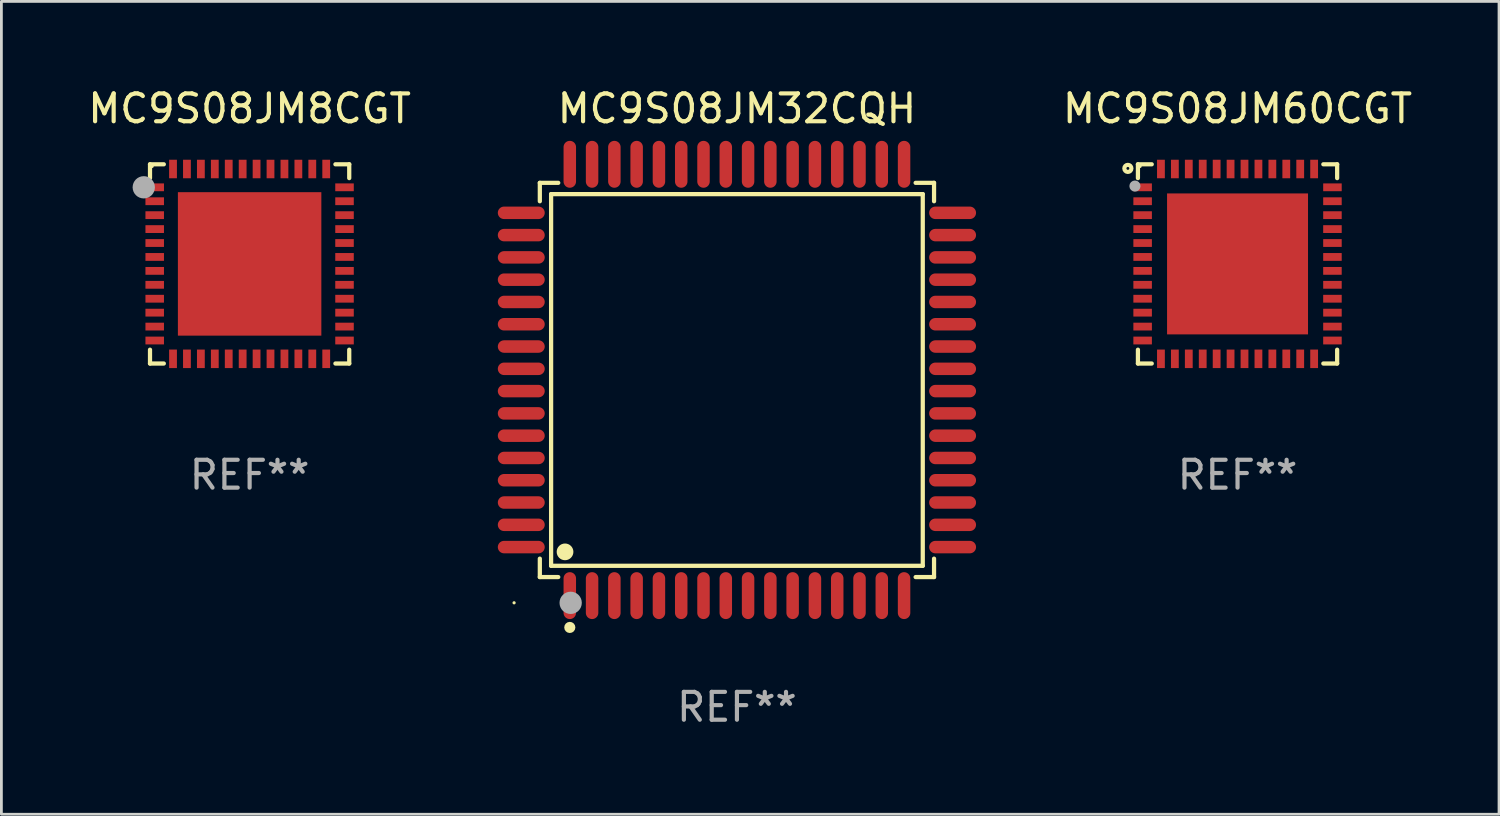
<source format=kicad_pcb>
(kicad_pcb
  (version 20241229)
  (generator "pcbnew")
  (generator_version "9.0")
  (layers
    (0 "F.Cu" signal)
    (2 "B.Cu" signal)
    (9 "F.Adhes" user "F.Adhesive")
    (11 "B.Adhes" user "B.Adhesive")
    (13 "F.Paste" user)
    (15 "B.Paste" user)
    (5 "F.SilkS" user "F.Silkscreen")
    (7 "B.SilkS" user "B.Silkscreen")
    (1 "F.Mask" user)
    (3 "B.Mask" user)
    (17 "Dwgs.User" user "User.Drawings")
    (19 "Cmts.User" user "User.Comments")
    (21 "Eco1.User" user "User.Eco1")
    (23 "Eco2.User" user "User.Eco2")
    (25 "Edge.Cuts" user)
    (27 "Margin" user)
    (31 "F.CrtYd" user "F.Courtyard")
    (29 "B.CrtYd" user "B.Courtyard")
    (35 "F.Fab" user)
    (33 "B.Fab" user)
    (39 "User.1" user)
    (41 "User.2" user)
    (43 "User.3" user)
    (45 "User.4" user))
  (footprint "MC9S08JM60CGT"
    (layer "F.Cu")
    (at 41.376 6.424)
    (property "Reference" "MC9S08JM60CGT" (at 0 -5.576 0) (layer "F.SilkS") (effects (font (size 1 1) (thickness 0.15))))
    (attr through_hole)
    (fp_line (start -3.576 -3.576) (end -3.576 -3.08) (stroke (width 0.152) (type solid)) (layer "F.SilkS"))
    (fp_line (start -3.576 3.576) (end -3.576 3.08) (stroke (width 0.152) (type solid)) (layer "F.SilkS"))
    (fp_line (start -3.08 -3.576) (end -3.576 -3.576) (stroke (width 0.152) (type solid)) (layer "F.SilkS"))
    (fp_line (start -3.08 3.576) (end -3.576 3.576) (stroke (width 0.152) (type solid)) (layer "F.SilkS"))
    (fp_line (start 3.08 -3.576) (end 3.576 -3.576) (stroke (width 0.152) (type solid)) (layer "F.SilkS"))
    (fp_line (start 3.08 3.576) (end 3.576 3.576) (stroke (width 0.152) (type solid)) (layer "F.SilkS"))
    (fp_line (start 3.576 -3.576) (end 3.576 -3.08) (stroke (width 0.152) (type solid)) (layer "F.SilkS"))
    (fp_line (start 3.576 3.576) (end 3.576 3.08) (stroke (width 0.152) (type solid)) (layer "F.SilkS"))
    (fp_circle (center -3.937 -3.429) (end -3.81 -3.429) (stroke (width 0.15) (type solid)) (fill no) (layer "F.SilkS"))
    (fp_circle (center -3.5 -3.5) (end -3.47 -3.5) (stroke (width 0.06) (type solid)) (fill no) (layer "F.SilkS"))
    (fp_circle (center -3.683 -2.794) (end -3.583 -2.794) (stroke (width 0.2) (type solid)) (fill no) (layer "F.Fab"))
    (fp_text user "REF**" (at 0 7.576 0) (layer "F.Fab") (effects (font (size 1 1) (thickness 0.15))))
    (pad "1" smd rect (at -3.407 -2.75) (size 0.665 0.28) (layers "F.Cu" "F.Mask" "F.Paste"))
    (pad "2" smd rect (at -3.407 -2.25) (size 0.665 0.28) (layers "F.Cu" "F.Mask" "F.Paste"))
    (pad "3" smd rect (at -3.407 -1.75) (size 0.665 0.28) (layers "F.Cu" "F.Mask" "F.Paste"))
    (pad "4" smd rect (at -3.407 -1.25) (size 0.665 0.28) (layers "F.Cu" "F.Mask" "F.Paste"))
    (pad "5" smd rect (at -3.407 -0.75) (size 0.665 0.28) (layers "F.Cu" "F.Mask" "F.Paste"))
    (pad "6" smd rect (at -3.407 -0.25) (size 0.665 0.28) (layers "F.Cu" "F.Mask" "F.Paste"))
    (pad "7" smd rect (at -3.407 0.25) (size 0.665 0.28) (layers "F.Cu" "F.Mask" "F.Paste"))
    (pad "8" smd rect (at -3.407 0.75) (size 0.665 0.28) (layers "F.Cu" "F.Mask" "F.Paste"))
    (pad "9" smd rect (at -3.407 1.25) (size 0.665 0.28) (layers "F.Cu" "F.Mask" "F.Paste"))
    (pad "10" smd rect (at -3.407 1.75) (size 0.665 0.28) (layers "F.Cu" "F.Mask" "F.Paste"))
    (pad "11" smd rect (at -3.407 2.25) (size 0.665 0.28) (layers "F.Cu" "F.Mask" "F.Paste"))
    (pad "12" smd rect (at -3.407 2.75) (size 0.665 0.28) (layers "F.Cu" "F.Mask" "F.Paste"))
    (pad "13" smd rect (at -2.75 3.407) (size 0.28 0.665) (layers "F.Cu" "F.Mask" "F.Paste"))
    (pad "14" smd rect (at -2.25 3.407) (size 0.28 0.665) (layers "F.Cu" "F.Mask" "F.Paste"))
    (pad "15" smd rect (at -1.75 3.407) (size 0.28 0.665) (layers "F.Cu" "F.Mask" "F.Paste"))
    (pad "16" smd rect (at -1.25 3.407) (size 0.28 0.665) (layers "F.Cu" "F.Mask" "F.Paste"))
    (pad "17" smd rect (at -0.75 3.407) (size 0.28 0.665) (layers "F.Cu" "F.Mask" "F.Paste"))
    (pad "18" smd rect (at -0.25 3.407) (size 0.28 0.665) (layers "F.Cu" "F.Mask" "F.Paste"))
    (pad "19" smd rect (at 0.25 3.407) (size 0.28 0.665) (layers "F.Cu" "F.Mask" "F.Paste"))
    (pad "20" smd rect (at 0.75 3.407) (size 0.28 0.665) (layers "F.Cu" "F.Mask" "F.Paste"))
    (pad "21" smd rect (at 1.25 3.407) (size 0.28 0.665) (layers "F.Cu" "F.Mask" "F.Paste"))
    (pad "22" smd rect (at 1.75 3.407) (size 0.28 0.665) (layers "F.Cu" "F.Mask" "F.Paste"))
    (pad "23" smd rect (at 2.25 3.407) (size 0.28 0.665) (layers "F.Cu" "F.Mask" "F.Paste"))
    (pad "24" smd rect (at 2.75 3.407) (size 0.28 0.665) (layers "F.Cu" "F.Mask" "F.Paste"))
    (pad "25" smd rect (at 3.407 2.75) (size 0.665 0.28) (layers "F.Cu" "F.Mask" "F.Paste"))
    (pad "26" smd rect (at 3.407 2.25) (size 0.665 0.28) (layers "F.Cu" "F.Mask" "F.Paste"))
    (pad "27" smd rect (at 3.407 1.75) (size 0.665 0.28) (layers "F.Cu" "F.Mask" "F.Paste"))
    (pad "28" smd rect (at 3.407 1.25) (size 0.665 0.28) (layers "F.Cu" "F.Mask" "F.Paste"))
    (pad "29" smd rect (at 3.407 0.75) (size 0.665 0.28) (layers "F.Cu" "F.Mask" "F.Paste"))
    (pad "30" smd rect (at 3.407 0.25) (size 0.665 0.28) (layers "F.Cu" "F.Mask" "F.Paste"))
    (pad "31" smd rect (at 3.407 -0.25) (size 0.665 0.28) (layers "F.Cu" "F.Mask" "F.Paste"))
    (pad "32" smd rect (at 3.407 -0.75) (size 0.665 0.28) (layers "F.Cu" "F.Mask" "F.Paste"))
    (pad "33" smd rect (at 3.407 -1.25) (size 0.665 0.28) (layers "F.Cu" "F.Mask" "F.Paste"))
    (pad "34" smd rect (at 3.407 -1.75) (size 0.665 0.28) (layers "F.Cu" "F.Mask" "F.Paste"))
    (pad "35" smd rect (at 3.407 -2.25) (size 0.665 0.28) (layers "F.Cu" "F.Mask" "F.Paste"))
    (pad "36" smd rect (at 3.407 -2.75) (size 0.665 0.28) (layers "F.Cu" "F.Mask" "F.Paste"))
    (pad "37" smd rect (at 2.75 -3.407) (size 0.28 0.665) (layers "F.Cu" "F.Mask" "F.Paste"))
    (pad "38" smd rect (at 2.25 -3.407) (size 0.28 0.665) (layers "F.Cu" "F.Mask" "F.Paste"))
    (pad "39" smd rect (at 1.75 -3.407) (size 0.28 0.665) (layers "F.Cu" "F.Mask" "F.Paste"))
    (pad "40" smd rect (at 1.25 -3.407) (size 0.28 0.665) (layers "F.Cu" "F.Mask" "F.Paste"))
    (pad "41" smd rect (at 0.75 -3.407) (size 0.28 0.665) (layers "F.Cu" "F.Mask" "F.Paste"))
    (pad "42" smd rect (at 0.25 -3.407) (size 0.28 0.665) (layers "F.Cu" "F.Mask" "F.Paste"))
    (pad "43" smd rect (at -0.25 -3.407) (size 0.28 0.665) (layers "F.Cu" "F.Mask" "F.Paste"))
    (pad "44" smd rect (at -0.75 -3.407) (size 0.28 0.665) (layers "F.Cu" "F.Mask" "F.Paste"))
    (pad "45" smd rect (at -1.25 -3.407) (size 0.28 0.665) (layers "F.Cu" "F.Mask" "F.Paste"))
    (pad "46" smd rect (at -1.75 -3.407) (size 0.28 0.665) (layers "F.Cu" "F.Mask" "F.Paste"))
    (pad "47" smd rect (at -2.25 -3.407) (size 0.28 0.665) (layers "F.Cu" "F.Mask" "F.Paste"))
    (pad "48" smd rect (at -2.75 -3.407) (size 0.28 0.665) (layers "F.Cu" "F.Mask" "F.Paste"))
    (pad "49" smd rect (at 0 0) (size 5.06 5.06) (layers "F.Cu" "F.Mask" "F.Paste")))
  (footprint "MC9S08JM32CQH"
    (layer "F.Cu")
    (at 23.405 10.59)
    (property "Reference" "MC9S08JM32CQH" (at 0 -9.742 0) (layer "F.SilkS") (effects (font (size 1 1) (thickness 0.15))))
    (attr through_hole)
    (fp_line (start -7.076 -7.076) (end -6.415 -7.076) (stroke (width 0.152) (type solid)) (layer "F.SilkS"))
    (fp_line (start -7.076 -6.415) (end -7.076 -7.076) (stroke (width 0.152) (type solid)) (layer "F.SilkS"))
    (fp_line (start -7.076 6.415) (end -7.076 7.076) (stroke (width 0.152) (type solid)) (layer "F.SilkS"))
    (fp_line (start -7.076 7.076) (end -6.415 7.076) (stroke (width 0.152) (type solid)) (layer "F.SilkS"))
    (fp_line (start -6.671 -6.671) (end 6.671 -6.671) (stroke (width 0.152) (type solid)) (layer "F.SilkS"))
    (fp_line (start -6.671 6.671) (end -6.671 -6.671) (stroke (width 0.152) (type solid)) (layer "F.SilkS"))
    (fp_line (start 6.671 -6.671) (end 6.671 6.671) (stroke (width 0.152) (type solid)) (layer "F.SilkS"))
    (fp_line (start 6.671 6.671) (end -6.671 6.671) (stroke (width 0.152) (type solid)) (layer "F.SilkS"))
    (fp_line (start 7.076 -7.076) (end 6.415 -7.076) (stroke (width 0.152) (type solid)) (layer "F.SilkS"))
    (fp_line (start 7.076 -6.415) (end 7.076 -7.076) (stroke (width 0.152) (type solid)) (layer "F.SilkS"))
    (fp_line (start 7.076 6.415) (end 7.076 7.076) (stroke (width 0.152) (type solid)) (layer "F.SilkS"))
    (fp_line (start 7.076 7.076) (end 6.415 7.076) (stroke (width 0.152) (type solid)) (layer "F.SilkS"))
    (fp_circle (center -8 8) (end -7.97 8) (stroke (width 0.06) (type solid)) (fill no) (layer "F.SilkS"))
    (fp_circle (center -6.171 6.171) (end -6.021 6.171) (stroke (width 0.3) (type solid)) (fill no) (layer "F.SilkS"))
    (fp_circle (center -6 8.884) (end -5.9 8.884) (stroke (width 0.2) (type solid)) (fill no) (layer "F.SilkS"))
    (fp_circle (center -5.969 8.001) (end -5.769 8.001) (stroke (width 0.4) (type solid)) (fill no) (layer "F.Fab"))
    (fp_text user "REF**" (at 0 11.742 0) (layer "F.Fab") (effects (font (size 1 1) (thickness 0.15))))
    (pad "1" smd oval (at -6 7.742) (size 0.448 1.684) (layers "F.Cu" "F.Mask" "F.Paste"))
    (pad "2" smd oval (at -5.2 7.742) (size 0.448 1.684) (layers "F.Cu" "F.Mask" "F.Paste"))
    (pad "3" smd oval (at -4.4 7.742) (size 0.448 1.684) (layers "F.Cu" "F.Mask" "F.Paste"))
    (pad "4" smd oval (at -3.6 7.742) (size 0.448 1.684) (layers "F.Cu" "F.Mask" "F.Paste"))
    (pad "5" smd oval (at -2.8 7.742) (size 0.448 1.684) (layers "F.Cu" "F.Mask" "F.Paste"))
    (pad "6" smd oval (at -2 7.742) (size 0.448 1.684) (layers "F.Cu" "F.Mask" "F.Paste"))
    (pad "7" smd oval (at -1.2 7.742) (size 0.448 1.684) (layers "F.Cu" "F.Mask" "F.Paste"))
    (pad "8" smd oval (at -0.4 7.742) (size 0.448 1.684) (layers "F.Cu" "F.Mask" "F.Paste"))
    (pad "9" smd oval (at 0.4 7.742) (size 0.448 1.684) (layers "F.Cu" "F.Mask" "F.Paste"))
    (pad "10" smd oval (at 1.2 7.742) (size 0.448 1.684) (layers "F.Cu" "F.Mask" "F.Paste"))
    (pad "11" smd oval (at 2 7.742) (size 0.448 1.684) (layers "F.Cu" "F.Mask" "F.Paste"))
    (pad "12" smd oval (at 2.8 7.742) (size 0.448 1.684) (layers "F.Cu" "F.Mask" "F.Paste"))
    (pad "13" smd oval (at 3.6 7.742) (size 0.448 1.684) (layers "F.Cu" "F.Mask" "F.Paste"))
    (pad "14" smd oval (at 4.4 7.742) (size 0.448 1.684) (layers "F.Cu" "F.Mask" "F.Paste"))
    (pad "15" smd oval (at 5.2 7.742) (size 0.448 1.684) (layers "F.Cu" "F.Mask" "F.Paste"))
    (pad "16" smd oval (at 6 7.742) (size 0.448 1.684) (layers "F.Cu" "F.Mask" "F.Paste"))
    (pad "17" smd oval (at 7.742 6) (size 1.684 0.448) (layers "F.Cu" "F.Mask" "F.Paste"))
    (pad "18" smd oval (at 7.742 5.2) (size 1.684 0.448) (layers "F.Cu" "F.Mask" "F.Paste"))
    (pad "19" smd oval (at 7.742 4.4) (size 1.684 0.448) (layers "F.Cu" "F.Mask" "F.Paste"))
    (pad "20" smd oval (at 7.742 3.6) (size 1.684 0.448) (layers "F.Cu" "F.Mask" "F.Paste"))
    (pad "21" smd oval (at 7.742 2.8) (size 1.684 0.448) (layers "F.Cu" "F.Mask" "F.Paste"))
    (pad "22" smd oval (at 7.742 2) (size 1.684 0.448) (layers "F.Cu" "F.Mask" "F.Paste"))
    (pad "23" smd oval (at 7.742 1.2) (size 1.684 0.448) (layers "F.Cu" "F.Mask" "F.Paste"))
    (pad "24" smd oval (at 7.742 0.4) (size 1.684 0.448) (layers "F.Cu" "F.Mask" "F.Paste"))
    (pad "25" smd oval (at 7.742 -0.4) (size 1.684 0.448) (layers "F.Cu" "F.Mask" "F.Paste"))
    (pad "26" smd oval (at 7.742 -1.2) (size 1.684 0.448) (layers "F.Cu" "F.Mask" "F.Paste"))
    (pad "27" smd oval (at 7.742 -2) (size 1.684 0.448) (layers "F.Cu" "F.Mask" "F.Paste"))
    (pad "28" smd oval (at 7.742 -2.8) (size 1.684 0.448) (layers "F.Cu" "F.Mask" "F.Paste"))
    (pad "29" smd oval (at 7.742 -3.6) (size 1.684 0.448) (layers "F.Cu" "F.Mask" "F.Paste"))
    (pad "30" smd oval (at 7.742 -4.4) (size 1.684 0.448) (layers "F.Cu" "F.Mask" "F.Paste"))
    (pad "31" smd oval (at 7.742 -5.2) (size 1.684 0.448) (layers "F.Cu" "F.Mask" "F.Paste"))
    (pad "32" smd oval (at 7.742 -6) (size 1.684 0.448) (layers "F.Cu" "F.Mask" "F.Paste"))
    (pad "33" smd oval (at 6 -7.742) (size 0.448 1.684) (layers "F.Cu" "F.Mask" "F.Paste"))
    (pad "34" smd oval (at 5.2 -7.742) (size 0.448 1.684) (layers "F.Cu" "F.Mask" "F.Paste"))
    (pad "35" smd oval (at 4.4 -7.742) (size 0.448 1.684) (layers "F.Cu" "F.Mask" "F.Paste"))
    (pad "36" smd oval (at 3.6 -7.742) (size 0.448 1.684) (layers "F.Cu" "F.Mask" "F.Paste"))
    (pad "37" smd oval (at 2.8 -7.742) (size 0.448 1.684) (layers "F.Cu" "F.Mask" "F.Paste"))
    (pad "38" smd oval (at 2 -7.742) (size 0.448 1.684) (layers "F.Cu" "F.Mask" "F.Paste"))
    (pad "39" smd oval (at 1.2 -7.742) (size 0.448 1.684) (layers "F.Cu" "F.Mask" "F.Paste"))
    (pad "40" smd oval (at 0.4 -7.742) (size 0.448 1.684) (layers "F.Cu" "F.Mask" "F.Paste"))
    (pad "41" smd oval (at -0.4 -7.742) (size 0.448 1.684) (layers "F.Cu" "F.Mask" "F.Paste"))
    (pad "42" smd oval (at -1.2 -7.742) (size 0.448 1.684) (layers "F.Cu" "F.Mask" "F.Paste"))
    (pad "43" smd oval (at -2 -7.742) (size 0.448 1.684) (layers "F.Cu" "F.Mask" "F.Paste"))
    (pad "44" smd oval (at -2.8 -7.742) (size 0.448 1.684) (layers "F.Cu" "F.Mask" "F.Paste"))
    (pad "45" smd oval (at -3.6 -7.742) (size 0.448 1.684) (layers "F.Cu" "F.Mask" "F.Paste"))
    (pad "46" smd oval (at -4.4 -7.742) (size 0.448 1.684) (layers "F.Cu" "F.Mask" "F.Paste"))
    (pad "47" smd oval (at -5.2 -7.742) (size 0.448 1.684) (layers "F.Cu" "F.Mask" "F.Paste"))
    (pad "48" smd oval (at -6 -7.742) (size 0.448 1.684) (layers "F.Cu" "F.Mask" "F.Paste"))
    (pad "49" smd oval (at -7.742 -6) (size 1.684 0.448) (layers "F.Cu" "F.Mask" "F.Paste"))
    (pad "50" smd oval (at -7.742 -5.2) (size 1.684 0.448) (layers "F.Cu" "F.Mask" "F.Paste"))
    (pad "51" smd oval (at -7.742 -4.4) (size 1.684 0.448) (layers "F.Cu" "F.Mask" "F.Paste"))
    (pad "52" smd oval (at -7.742 -3.6) (size 1.684 0.448) (layers "F.Cu" "F.Mask" "F.Paste"))
    (pad "53" smd oval (at -7.742 -2.8) (size 1.684 0.448) (layers "F.Cu" "F.Mask" "F.Paste"))
    (pad "54" smd oval (at -7.742 -2) (size 1.684 0.448) (layers "F.Cu" "F.Mask" "F.Paste"))
    (pad "55" smd oval (at -7.742 -1.2) (size 1.684 0.448) (layers "F.Cu" "F.Mask" "F.Paste"))
    (pad "56" smd oval (at -7.742 -0.4) (size 1.684 0.448) (layers "F.Cu" "F.Mask" "F.Paste"))
    (pad "57" smd oval (at -7.742 0.4) (size 1.684 0.448) (layers "F.Cu" "F.Mask" "F.Paste"))
    (pad "58" smd oval (at -7.742 1.2) (size 1.684 0.448) (layers "F.Cu" "F.Mask" "F.Paste"))
    (pad "59" smd oval (at -7.742 2) (size 1.684 0.448) (layers "F.Cu" "F.Mask" "F.Paste"))
    (pad "60" smd oval (at -7.742 2.8) (size 1.684 0.448) (layers "F.Cu" "F.Mask" "F.Paste"))
    (pad "61" smd oval (at -7.742 3.6) (size 1.684 0.448) (layers "F.Cu" "F.Mask" "F.Paste"))
    (pad "62" smd oval (at -7.742 4.4) (size 1.684 0.448) (layers "F.Cu" "F.Mask" "F.Paste"))
    (pad "63" smd oval (at -7.742 5.2) (size 1.684 0.448) (layers "F.Cu" "F.Mask" "F.Paste"))
    (pad "64" smd oval (at -7.742 6) (size 1.684 0.448) (layers "F.Cu" "F.Mask" "F.Paste")))
  (footprint "MC9S08JM8CGT"
    (layer "F.Cu")
    (at 5.911 6.424)
    (property "Reference" "MC9S08JM8CGT" (at 0 -5.576 0) (layer "F.SilkS") (effects (font (size 1 1) (thickness 0.15))))
    (attr through_hole)
    (fp_line (start -3.576 -3.576) (end -3.576 -3.08) (stroke (width 0.152) (type solid)) (layer "F.SilkS"))
    (fp_line (start -3.576 3.576) (end -3.576 3.08) (stroke (width 0.152) (type solid)) (layer "F.SilkS"))
    (fp_line (start -3.08 -3.576) (end -3.576 -3.576) (stroke (width 0.152) (type solid)) (layer "F.SilkS"))
    (fp_line (start -3.08 3.576) (end -3.576 3.576) (stroke (width 0.152) (type solid)) (layer "F.SilkS"))
    (fp_line (start 3.08 -3.576) (end 3.576 -3.576) (stroke (width 0.152) (type solid)) (layer "F.SilkS"))
    (fp_line (start 3.08 3.576) (end 3.576 3.576) (stroke (width 0.152) (type solid)) (layer "F.SilkS"))
    (fp_line (start 3.576 -3.576) (end 3.576 -3.08) (stroke (width 0.152) (type solid)) (layer "F.SilkS"))
    (fp_line (start 3.576 3.576) (end 3.576 3.08) (stroke (width 0.152) (type solid)) (layer "F.SilkS"))
    (fp_circle (center -4.04 -2.75) (end -3.965 -2.75) (stroke (width 0.15) (type solid)) (fill no) (layer "F.SilkS"))
    (fp_circle (center -3.5 -3.5) (end -3.47 -3.5) (stroke (width 0.06) (type solid)) (fill no) (layer "F.SilkS"))
    (fp_circle (center -3.8 -2.75) (end -3.6 -2.75) (stroke (width 0.4) (type solid)) (fill no) (layer "F.Fab"))
    (fp_text user "REF**" (at 0 7.576 0) (layer "F.Fab") (effects (font (size 1 1) (thickness 0.15))))
    (pad "1" smd rect (at -3.407 -2.75) (size 0.665 0.28) (layers "F.Cu" "F.Mask" "F.Paste"))
    (pad "2" smd rect (at -3.407 -2.25) (size 0.665 0.28) (layers "F.Cu" "F.Mask" "F.Paste"))
    (pad "3" smd rect (at -3.407 -1.75) (size 0.665 0.28) (layers "F.Cu" "F.Mask" "F.Paste"))
    (pad "4" smd rect (at -3.407 -1.25) (size 0.665 0.28) (layers "F.Cu" "F.Mask" "F.Paste"))
    (pad "5" smd rect (at -3.407 -0.75) (size 0.665 0.28) (layers "F.Cu" "F.Mask" "F.Paste"))
    (pad "6" smd rect (at -3.407 -0.25) (size 0.665 0.28) (layers "F.Cu" "F.Mask" "F.Paste"))
    (pad "7" smd rect (at -3.407 0.25) (size 0.665 0.28) (layers "F.Cu" "F.Mask" "F.Paste"))
    (pad "8" smd rect (at -3.407 0.75) (size 0.665 0.28) (layers "F.Cu" "F.Mask" "F.Paste"))
    (pad "9" smd rect (at -3.407 1.25) (size 0.665 0.28) (layers "F.Cu" "F.Mask" "F.Paste"))
    (pad "10" smd rect (at -3.407 1.75) (size 0.665 0.28) (layers "F.Cu" "F.Mask" "F.Paste"))
    (pad "11" smd rect (at -3.407 2.25) (size 0.665 0.28) (layers "F.Cu" "F.Mask" "F.Paste"))
    (pad "12" smd rect (at -3.407 2.75) (size 0.665 0.28) (layers "F.Cu" "F.Mask" "F.Paste"))
    (pad "13" smd rect (at -2.75 3.407) (size 0.28 0.665) (layers "F.Cu" "F.Mask" "F.Paste"))
    (pad "14" smd rect (at -2.25 3.407) (size 0.28 0.665) (layers "F.Cu" "F.Mask" "F.Paste"))
    (pad "15" smd rect (at -1.75 3.407) (size 0.28 0.665) (layers "F.Cu" "F.Mask" "F.Paste"))
    (pad "16" smd rect (at -1.25 3.407) (size 0.28 0.665) (layers "F.Cu" "F.Mask" "F.Paste"))
    (pad "17" smd rect (at -0.75 3.407) (size 0.28 0.665) (layers "F.Cu" "F.Mask" "F.Paste"))
    (pad "18" smd rect (at -0.25 3.407) (size 0.28 0.665) (layers "F.Cu" "F.Mask" "F.Paste"))
    (pad "19" smd rect (at 0.25 3.407) (size 0.28 0.665) (layers "F.Cu" "F.Mask" "F.Paste"))
    (pad "20" smd rect (at 0.75 3.407) (size 0.28 0.665) (layers "F.Cu" "F.Mask" "F.Paste"))
    (pad "21" smd rect (at 1.25 3.407) (size 0.28 0.665) (layers "F.Cu" "F.Mask" "F.Paste"))
    (pad "22" smd rect (at 1.75 3.407) (size 0.28 0.665) (layers "F.Cu" "F.Mask" "F.Paste"))
    (pad "23" smd rect (at 2.25 3.407) (size 0.28 0.665) (layers "F.Cu" "F.Mask" "F.Paste"))
    (pad "24" smd rect (at 2.75 3.407) (size 0.28 0.665) (layers "F.Cu" "F.Mask" "F.Paste"))
    (pad "25" smd rect (at 3.407 2.75) (size 0.665 0.28) (layers "F.Cu" "F.Mask" "F.Paste"))
    (pad "26" smd rect (at 3.407 2.25) (size 0.665 0.28) (layers "F.Cu" "F.Mask" "F.Paste"))
    (pad "27" smd rect (at 3.407 1.75) (size 0.665 0.28) (layers "F.Cu" "F.Mask" "F.Paste"))
    (pad "28" smd rect (at 3.407 1.25) (size 0.665 0.28) (layers "F.Cu" "F.Mask" "F.Paste"))
    (pad "29" smd rect (at 3.407 0.75) (size 0.665 0.28) (layers "F.Cu" "F.Mask" "F.Paste"))
    (pad "30" smd rect (at 3.407 0.25) (size 0.665 0.28) (layers "F.Cu" "F.Mask" "F.Paste"))
    (pad "31" smd rect (at 3.407 -0.25) (size 0.665 0.28) (layers "F.Cu" "F.Mask" "F.Paste"))
    (pad "32" smd rect (at 3.407 -0.75) (size 0.665 0.28) (layers "F.Cu" "F.Mask" "F.Paste"))
    (pad "33" smd rect (at 3.407 -1.25) (size 0.665 0.28) (layers "F.Cu" "F.Mask" "F.Paste"))
    (pad "34" smd rect (at 3.407 -1.75) (size 0.665 0.28) (layers "F.Cu" "F.Mask" "F.Paste"))
    (pad "35" smd rect (at 3.407 -2.25) (size 0.665 0.28) (layers "F.Cu" "F.Mask" "F.Paste"))
    (pad "36" smd rect (at 3.407 -2.75) (size 0.665 0.28) (layers "F.Cu" "F.Mask" "F.Paste"))
    (pad "37" smd rect (at 2.75 -3.407) (size 0.28 0.665) (layers "F.Cu" "F.Mask" "F.Paste"))
    (pad "38" smd rect (at 2.25 -3.407) (size 0.28 0.665) (layers "F.Cu" "F.Mask" "F.Paste"))
    (pad "39" smd rect (at 1.75 -3.407) (size 0.28 0.665) (layers "F.Cu" "F.Mask" "F.Paste"))
    (pad "40" smd rect (at 1.25 -3.407) (size 0.28 0.665) (layers "F.Cu" "F.Mask" "F.Paste"))
    (pad "41" smd rect (at 0.75 -3.407) (size 0.28 0.665) (layers "F.Cu" "F.Mask" "F.Paste"))
    (pad "42" smd rect (at 0.25 -3.407) (size 0.28 0.665) (layers "F.Cu" "F.Mask" "F.Paste"))
    (pad "43" smd rect (at -0.25 -3.407) (size 0.28 0.665) (layers "F.Cu" "F.Mask" "F.Paste"))
    (pad "44" smd rect (at -0.75 -3.407) (size 0.28 0.665) (layers "F.Cu" "F.Mask" "F.Paste"))
    (pad "45" smd rect (at -1.25 -3.407) (size 0.28 0.665) (layers "F.Cu" "F.Mask" "F.Paste"))
    (pad "46" smd rect (at -1.75 -3.407) (size 0.28 0.665) (layers "F.Cu" "F.Mask" "F.Paste"))
    (pad "47" smd rect (at -2.25 -3.407) (size 0.28 0.665) (layers "F.Cu" "F.Mask" "F.Paste"))
    (pad "48" smd rect (at -2.75 -3.407) (size 0.28 0.665) (layers "F.Cu" "F.Mask" "F.Paste"))
    (pad "49" smd rect (at 0 0) (size 5.15 5.15) (layers "F.Cu" "F.Mask" "F.Paste")))
  (gr_rect
    (start -3 -3)
    (end 50.763 26.18)
    (stroke (width 0.1) (type default))
    (fill no)
    (layer "Edge.Cuts")))
</source>
